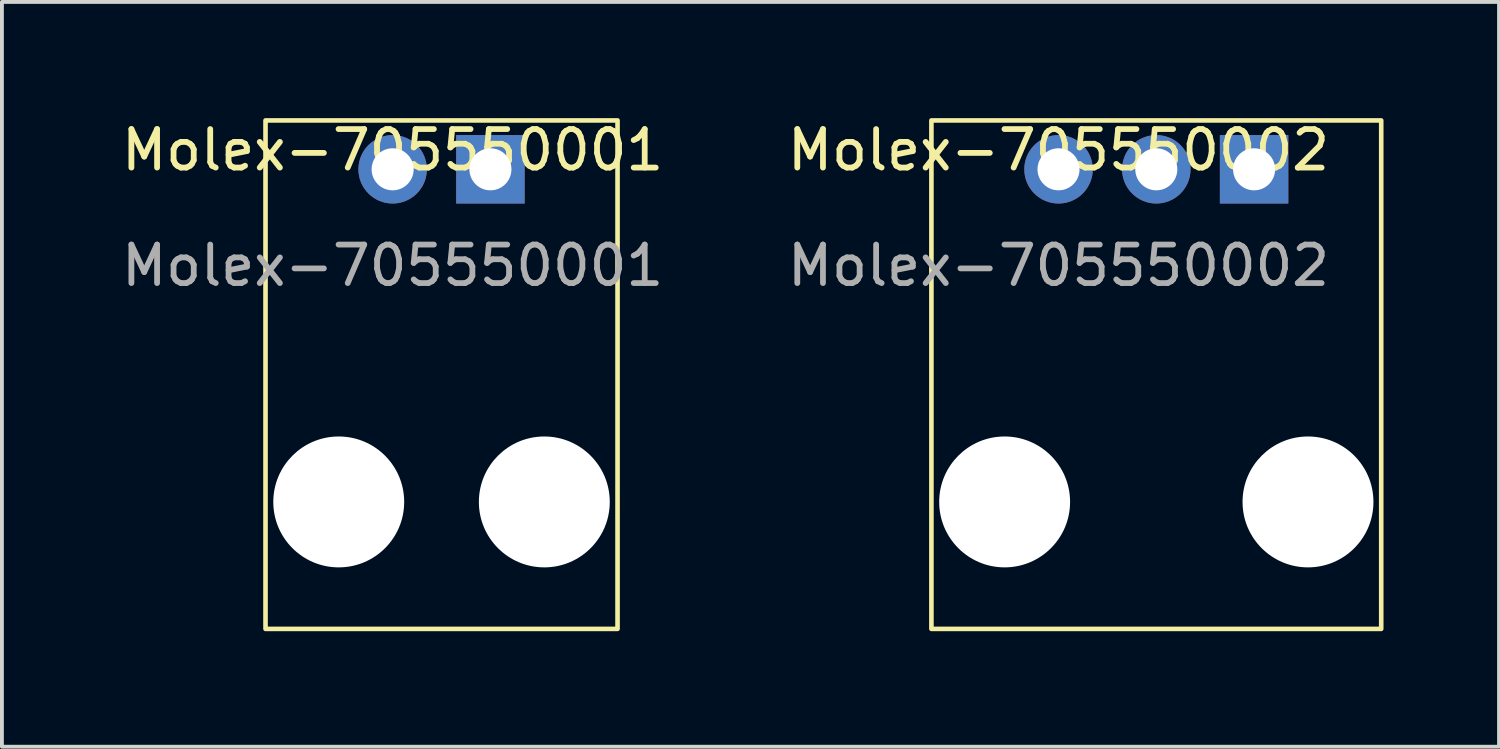
<source format=kicad_pcb>
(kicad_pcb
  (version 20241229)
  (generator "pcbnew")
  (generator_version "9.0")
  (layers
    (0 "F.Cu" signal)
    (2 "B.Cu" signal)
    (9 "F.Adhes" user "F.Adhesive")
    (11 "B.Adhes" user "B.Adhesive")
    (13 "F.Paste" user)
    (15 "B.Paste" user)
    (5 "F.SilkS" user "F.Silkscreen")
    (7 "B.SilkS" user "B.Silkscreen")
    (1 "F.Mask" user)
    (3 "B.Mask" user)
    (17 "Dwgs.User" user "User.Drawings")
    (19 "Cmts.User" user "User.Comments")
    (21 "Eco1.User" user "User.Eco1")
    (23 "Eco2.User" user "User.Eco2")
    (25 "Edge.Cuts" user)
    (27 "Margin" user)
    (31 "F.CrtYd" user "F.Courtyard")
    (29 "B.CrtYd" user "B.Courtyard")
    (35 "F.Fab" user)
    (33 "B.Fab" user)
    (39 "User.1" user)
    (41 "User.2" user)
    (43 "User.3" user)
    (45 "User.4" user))
  (footprint "Molex-705550002"
    (layer "F.Cu")
    (at 24.446 1.348)
    (property "Reference" "Molex-705550002" (at 0 -0.5 0) (unlocked yes) (layer "F.SilkS") (effects (font (size 1 1) (thickness 0.15))))
    (attr through_hole)
    (fp_rect (start -3.302 -1.27) (end 8.382 11.938) (stroke (width 0.12) (type solid)) (fill no) (layer "F.SilkS"))
    (fp_text user "${REFERENCE}" (at 0 2.5 0) (unlocked yes) (layer "F.Fab") (effects (font (size 1 1) (thickness 0.15))))
    (pad "" np_thru_hole circle (at -1.4 8.64) (size 3.4 3.4) (drill 3.4) (layers "*.Cu" "*.Mask"))
    (pad "" np_thru_hole circle (at 6.48 8.64) (size 3.4 3.4) (drill 3.4) (layers "*.Cu" "*.Mask"))
    (pad "1" thru_hole rect (at 5.08 0) (size 1.778 1.778) (drill 1.092) (layers "*.Cu" "*.Mask"))
    (pad "2" thru_hole circle (at 2.54 0) (size 1.778 1.778) (drill 1.092) (layers "*.Cu" "*.Mask"))
    (pad "3" thru_hole circle (at 0 0) (size 1.778 1.778) (drill 1.092) (layers "*.Cu" "*.Mask")))
  (footprint "Molex-705550001"
    (layer "F.Cu")
    (at 7.149 1.348)
    (property "Reference" "Molex-705550001" (at 0 -0.5 0) (unlocked yes) (layer "F.SilkS") (effects (font (size 1 1) (thickness 0.15))))
    (attr through_hole)
    (fp_rect (start -3.302 -1.27) (end 5.842 11.938) (stroke (width 0.12) (type solid)) (fill no) (layer "F.SilkS"))
    (fp_text user "${REFERENCE}" (at 0 2.5 0) (unlocked yes) (layer "F.Fab") (effects (font (size 1 1) (thickness 0.15))))
    (pad "" np_thru_hole circle (at -1.4 8.64) (size 3.4 3.4) (drill 3.4) (layers "*.Cu" "*.Mask"))
    (pad "" np_thru_hole circle (at 3.94 8.64) (size 3.4 3.4) (drill 3.4) (layers "*.Cu" "*.Mask"))
    (pad "1" thru_hole rect (at 2.54 0) (size 1.778 1.778) (drill 1.092) (layers "*.Cu" "*.Mask"))
    (pad "2" thru_hole circle (at 0 0) (size 1.778 1.778) (drill 1.092) (layers "*.Cu" "*.Mask")))
  (gr_rect
    (start -3 -3)
    (end 35.888 16.346)
    (stroke (width 0.1) (type default))
    (fill no)
    (layer "Edge.Cuts")))
</source>
